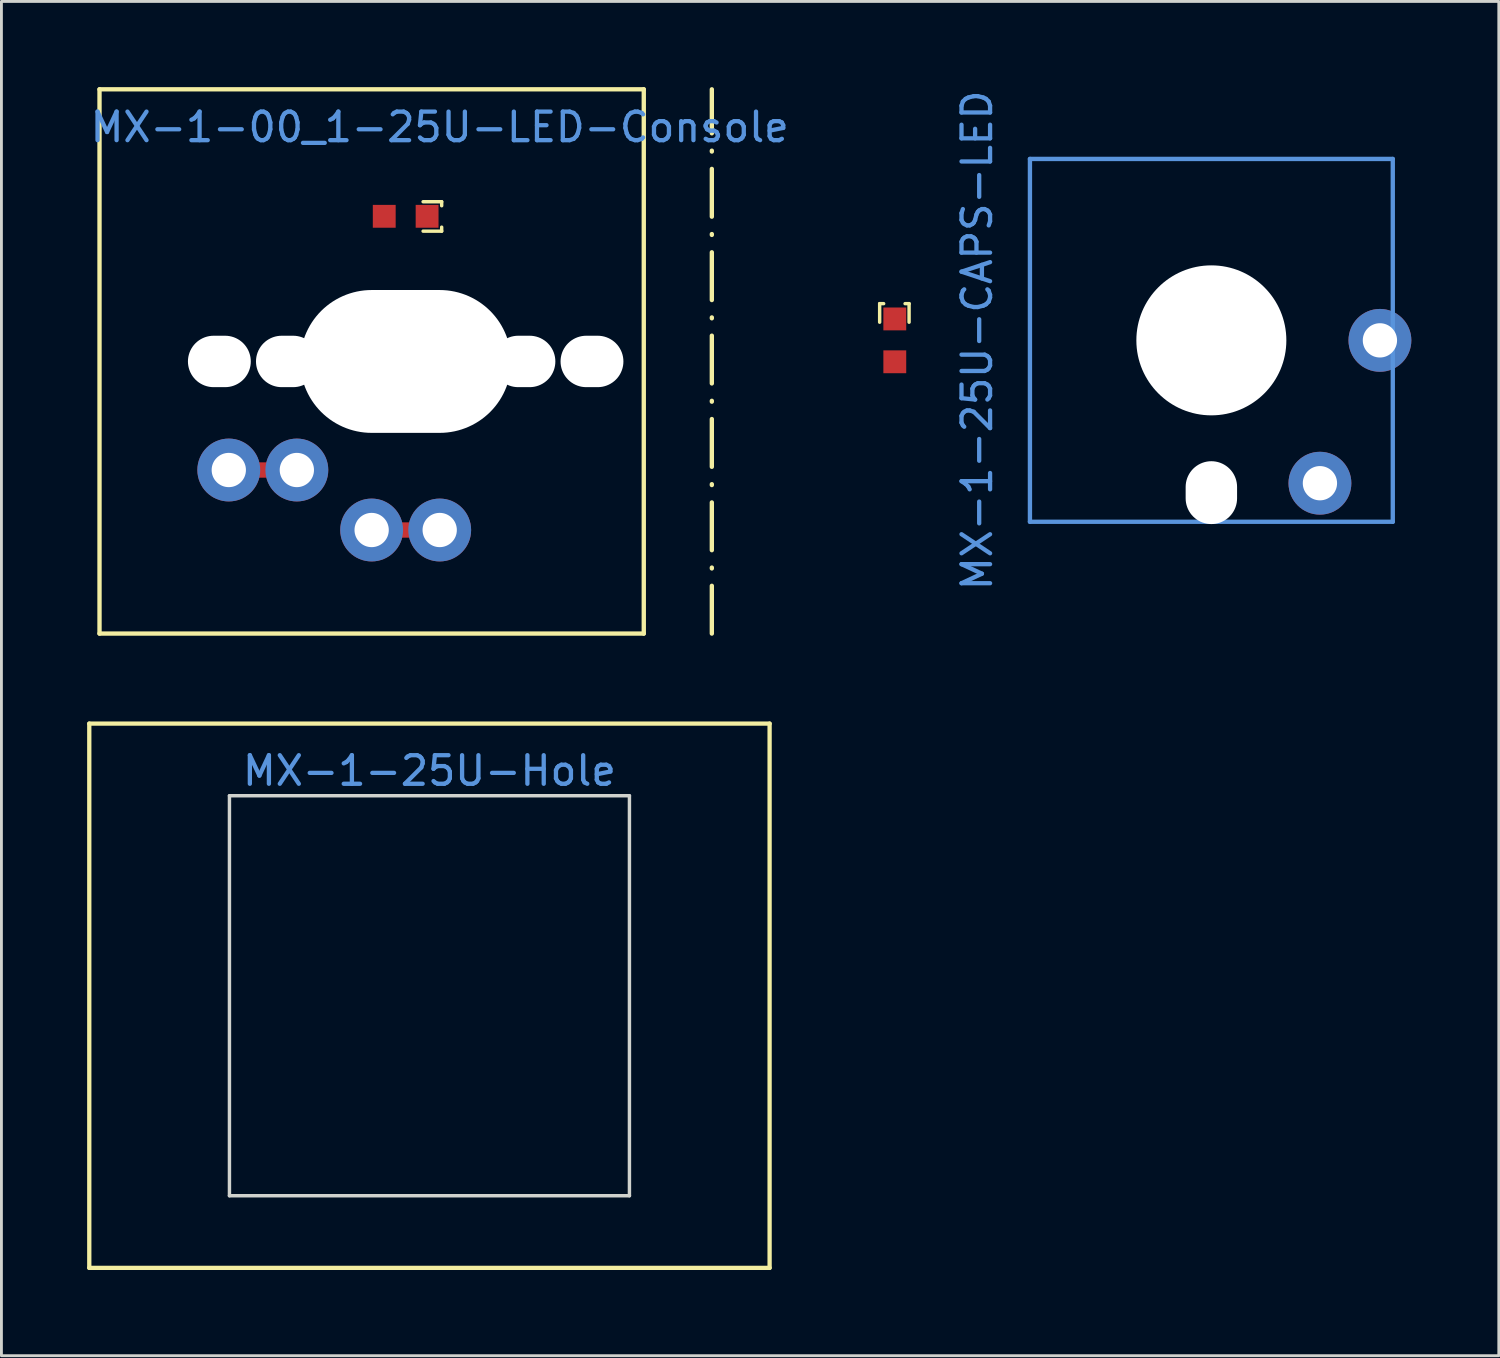
<source format=kicad_pcb>
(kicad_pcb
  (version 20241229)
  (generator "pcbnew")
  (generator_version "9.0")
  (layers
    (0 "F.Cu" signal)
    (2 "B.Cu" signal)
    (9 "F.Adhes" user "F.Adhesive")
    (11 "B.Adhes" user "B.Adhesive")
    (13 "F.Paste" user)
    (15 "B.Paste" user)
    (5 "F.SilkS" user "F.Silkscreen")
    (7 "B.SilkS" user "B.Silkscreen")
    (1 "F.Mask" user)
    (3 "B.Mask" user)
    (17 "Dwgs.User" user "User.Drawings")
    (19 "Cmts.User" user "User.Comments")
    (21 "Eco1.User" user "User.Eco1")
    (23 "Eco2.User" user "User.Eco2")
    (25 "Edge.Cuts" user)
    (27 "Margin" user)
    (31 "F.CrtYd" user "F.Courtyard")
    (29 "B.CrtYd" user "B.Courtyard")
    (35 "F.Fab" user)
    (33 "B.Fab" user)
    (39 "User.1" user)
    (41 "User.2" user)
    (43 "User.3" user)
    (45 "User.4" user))
  (footprint "MX-1-00_1-25U-LED-Console"
    (layer "F.Cu")
    (at 11.149 4.521)
    (property "Reference" "MX-1-00_1-25U-LED-Console" (at 1.191 -3.12 0) (layer "Cmts.User") (effects (font (size 1 1) (thickness 0.15))))
    (fp_line (start -10.716 -4.445) (end -10.716 14.605) (stroke (width 0.152) (type solid)) (layer "F.SilkS"))
    (fp_line (start -10.716 14.605) (end 8.334 14.605) (stroke (width 0.152) (type solid)) (layer "F.SilkS"))
    (fp_line (start 0.61 -0.51) (end 1.26 -0.51) (stroke (width 0.12) (type solid)) (layer "F.SilkS"))
    (fp_line (start 0.61 0.52) (end 1.26 0.52) (stroke (width 0.12) (type solid)) (layer "F.SilkS"))
    (fp_line (start 1.26 -0.51) (end 1.26 -0.37) (stroke (width 0.12) (type solid)) (layer "F.SilkS"))
    (fp_line (start 1.26 0.52) (end 1.26 0.38) (stroke (width 0.12) (type solid)) (layer "F.SilkS"))
    (fp_line (start 8.334 -4.445) (end -10.716 -4.445) (stroke (width 0.152) (type solid)) (layer "F.SilkS"))
    (fp_line (start 8.334 14.605) (end 8.334 -4.445) (stroke (width 0.152) (type solid)) (layer "F.SilkS"))
    (fp_line (start 10.716 14.605) (end 10.716 -4.445) (stroke (width 0.152) (type dash_dot)) (layer "F.SilkS"))
    (pad "" np_thru_hole oval (at -6.521 5.08 270) (size 1.8 2.2) (drill oval 1.8 2.2) (layers "*.Cu" "*.Mask"))
    (pad "" np_thru_hole oval (at -4.139 5.08 270) (size 1.8 2.2) (drill oval 1.8 2.2) (layers "*.Cu" "*.Mask"))
    (pad "" np_thru_hole oval (at 0 5.08) (size 7.381 5) (drill oval 7.381 5) (layers "*.Cu" "*.Mask"))
    (pad "" np_thru_hole oval (at 4.139 5.08 270) (size 1.8 2.2) (drill oval 1.8 2.2) (layers "*.Cu" "*.Mask"))
    (pad "" np_thru_hole oval (at 6.521 5.08 270) (size 1.8 2.2) (drill oval 1.8 2.2) (layers "*.Cu" "*.Mask"))
    (pad "1" thru_hole circle (at -1.191 10.98 90) (size 2.2 2.2) (drill 1.2) (layers "*.Cu" "*.Mask"))
    (pad "1" smd rect (at -0.091 10.98) (size 0.5 0.537) (layers "F.Cu" "F.Mask" "F.Paste"))
    (pad "1" thru_hole circle (at 1.191 10.98 90) (size 2.2 2.2) (drill 1.2) (layers "*.Cu" "*.Mask"))
    (pad "2" thru_hole circle (at -6.191 8.88 270) (size 2.2 2.2) (drill 1.2) (layers "*.Cu" "*.Mask"))
    (pad "2" smd rect (at -5.091 8.88) (size 0.5 0.537) (layers "F.Cu" "F.Mask" "F.Paste"))
    (pad "2" thru_hole circle (at -3.809 8.88 270) (size 2.2 2.2) (drill 1.2) (layers "*.Cu" "*.Mask"))
    (pad "3" smd rect (at 0.75 0 90) (size 0.8 0.8) (layers "F.Cu" "F.Mask" "F.Paste"))
    (pad "4" smd rect (at -0.75 0 90) (size 0.8 0.8) (layers "F.Cu" "F.Mask" "F.Paste")))
  (footprint "MX-1-25U-CAPS-LED"
    (layer "F.Cu")
    (at 28.269 8.863)
    (property "Reference" "MX-1-25U-CAPS-LED" (at 2.88 0 90) (layer "Cmts.User") (effects (font (size 1 1) (thickness 0.15))))
    (fp_line (start -0.53 -1.285) (end -0.39 -1.285) (stroke (width 0.12) (type solid)) (layer "F.SilkS"))
    (fp_line (start -0.53 -0.635) (end -0.53 -1.285) (stroke (width 0.12) (type solid)) (layer "F.SilkS"))
    (fp_line (start 0.5 -1.285) (end 0.36 -1.285) (stroke (width 0.12) (type solid)) (layer "F.SilkS"))
    (fp_line (start 0.5 -0.635) (end 0.5 -1.285) (stroke (width 0.12) (type solid)) (layer "F.SilkS"))
    (fp_line (start 4.73 -6.35) (end 17.43 -6.35) (stroke (width 0.152) (type solid)) (layer "Cmts.User"))
    (fp_line (start 4.73 6.35) (end 4.73 -6.35) (stroke (width 0.152) (type solid)) (layer "Cmts.User"))
    (fp_line (start 17.43 -6.35) (end 17.43 6.35) (stroke (width 0.152) (type solid)) (layer "Cmts.User"))
    (fp_line (start 17.43 6.35) (end 4.73 6.35) (stroke (width 0.152) (type solid)) (layer "Cmts.User"))
    (fp_line (start 4.095 -6.985) (end 5.075 -6.985) (stroke (width 0.152) (type solid)) (layer "Eco2.User"))
    (fp_line (start 4.095 6.985) (end 4.095 -6.985) (stroke (width 0.152) (type solid)) (layer "Eco2.User"))
    (fp_line (start 5.075 -7.798) (end 8.576 -7.798) (stroke (width 0.152) (type solid)) (layer "Eco2.User"))
    (fp_line (start 5.075 -6.985) (end 5.075 -7.798) (stroke (width 0.152) (type solid)) (layer "Eco2.User"))
    (fp_line (start 5.075 6.985) (end 4.095 6.985) (stroke (width 0.152) (type solid)) (layer "Eco2.User"))
    (fp_line (start 5.075 7.798) (end 5.075 6.985) (stroke (width 0.152) (type solid)) (layer "Eco2.User"))
    (fp_line (start 8.576 -7.798) (end 8.576 -6.985) (stroke (width 0.152) (type solid)) (layer "Eco2.User"))
    (fp_line (start 8.576 -6.985) (end 13.584 -6.985) (stroke (width 0.152) (type solid)) (layer "Eco2.User"))
    (fp_line (start 8.576 6.985) (end 8.576 7.798) (stroke (width 0.152) (type solid)) (layer "Eco2.User"))
    (fp_line (start 8.576 7.798) (end 5.075 7.798) (stroke (width 0.152) (type solid)) (layer "Eco2.User"))
    (fp_line (start 13.584 -7.798) (end 17.085 -7.798) (stroke (width 0.152) (type solid)) (layer "Eco2.User"))
    (fp_line (start 13.584 -6.985) (end 13.584 -7.798) (stroke (width 0.152) (type solid)) (layer "Eco2.User"))
    (fp_line (start 13.584 6.985) (end 8.576 6.985) (stroke (width 0.152) (type solid)) (layer "Eco2.User"))
    (fp_line (start 13.584 7.798) (end 13.584 6.985) (stroke (width 0.152) (type solid)) (layer "Eco2.User"))
    (fp_line (start 17.085 -7.798) (end 17.085 -6.985) (stroke (width 0.152) (type solid)) (layer "Eco2.User"))
    (fp_line (start 17.085 -6.985) (end 18.065 -6.985) (stroke (width 0.152) (type solid)) (layer "Eco2.User"))
    (fp_line (start 17.085 6.985) (end 17.085 7.798) (stroke (width 0.152) (type solid)) (layer "Eco2.User"))
    (fp_line (start 17.085 7.798) (end 13.584 7.798) (stroke (width 0.152) (type solid)) (layer "Eco2.User"))
    (fp_line (start 18.065 -6.985) (end 18.065 6.985) (stroke (width 0.152) (type solid)) (layer "Eco2.User"))
    (fp_line (start 18.065 6.985) (end 17.085 6.985) (stroke (width 0.152) (type solid)) (layer "Eco2.User"))
    (pad "" np_thru_hole circle (at 11.08 0 270) (size 5.25 5.25) (drill 5.25) (layers "*.Cu" "*.Mask"))
    (pad "" np_thru_hole oval (at 11.08 5.33) (size 1.8 2.2) (drill oval 1.8 2.2) (layers "*.Cu" "*.Mask"))
    (pad "1" thru_hole circle (at 16.98 0 180) (size 2.2 2.2) (drill 1.2) (layers "*.Cu" "*.Mask"))
    (pad "2" thru_hole circle (at 14.88 5) (size 2.2 2.2) (drill 1.2) (layers "*.Cu" "*.Mask"))
    (pad "3" smd rect (at 0 -0.75 180) (size 0.8 0.8) (layers "F.Cu" "F.Mask" "F.Paste"))
    (pad "4" smd rect (at 0 0.75 90) (size 0.8 0.8) (layers "F.Cu" "F.Mask" "F.Paste")))
  (footprint "MX-1-25U-Hole"
    (layer "F.Cu")
    (at 11.981 31.802)
    (property "Reference" "MX-1-25U-Hole" (at 0 -7.874 0) (layer "Cmts.User") (effects (font (size 1 1) (thickness 0.15))))
    (attr through_hole)
    (fp_line (start -11.906 -9.525) (end 11.906 -9.525) (stroke (width 0.15) (type solid)) (layer "F.SilkS"))
    (fp_line (start -11.906 9.525) (end -11.906 -9.525) (stroke (width 0.15) (type solid)) (layer "F.SilkS"))
    (fp_line (start 11.906 -9.525) (end 11.906 9.525) (stroke (width 0.15) (type solid)) (layer "F.SilkS"))
    (fp_line (start 11.906 9.525) (end -11.906 9.525) (stroke (width 0.15) (type solid)) (layer "F.SilkS"))
    (fp_line (start -7 -7) (end -7 7) (stroke (width 0.12) (type solid)) (layer "Edge.Cuts"))
    (fp_line (start -7 -7) (end 7 -7) (stroke (width 0.12) (type solid)) (layer "Edge.Cuts"))
    (fp_line (start -7 7) (end 7 7) (stroke (width 0.12) (type solid)) (layer "Edge.Cuts"))
    (fp_line (start 7 -7) (end 7 7) (stroke (width 0.12) (type solid)) (layer "Edge.Cuts")))
  (gr_rect
    (start -3 -3)
    (end 49.41 44.402)
    (stroke (width 0.1) (type default))
    (fill no)
    (layer "Edge.Cuts")))
</source>
